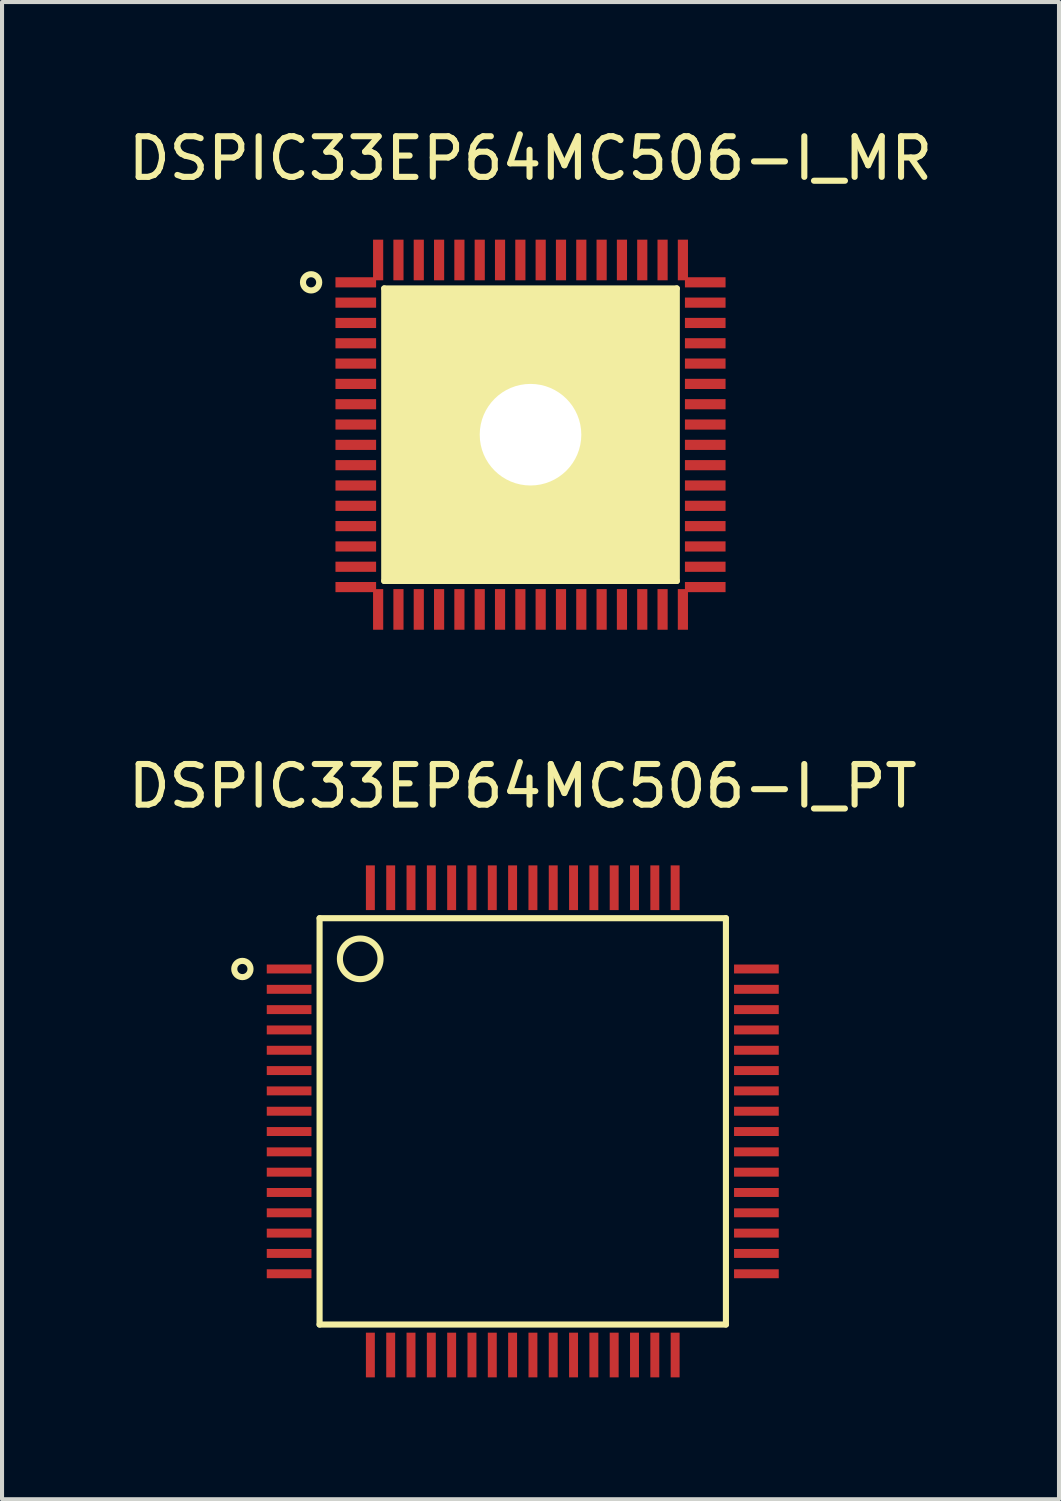
<source format=kicad_pcb>
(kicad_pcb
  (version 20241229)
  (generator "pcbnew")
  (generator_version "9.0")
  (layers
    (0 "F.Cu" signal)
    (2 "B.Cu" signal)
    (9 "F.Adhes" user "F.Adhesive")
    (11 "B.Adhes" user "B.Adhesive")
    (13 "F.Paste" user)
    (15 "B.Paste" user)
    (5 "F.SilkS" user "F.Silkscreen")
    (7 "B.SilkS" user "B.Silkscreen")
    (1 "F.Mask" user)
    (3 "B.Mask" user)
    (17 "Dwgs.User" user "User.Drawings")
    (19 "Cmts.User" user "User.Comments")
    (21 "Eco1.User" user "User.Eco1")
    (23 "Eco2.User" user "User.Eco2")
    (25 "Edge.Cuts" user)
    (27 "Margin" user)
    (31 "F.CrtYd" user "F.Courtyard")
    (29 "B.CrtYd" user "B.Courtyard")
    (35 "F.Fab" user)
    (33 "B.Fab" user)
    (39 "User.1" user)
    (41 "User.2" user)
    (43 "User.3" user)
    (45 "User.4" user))
  (footprint "DSPIC33EP64MC506-I_MR"
    (layer "F.Cu")
    (at 5.706 3.348)
    (property "Reference" "DSPIC33EP64MC506-I_MR" (at 4.3 -2.5 0) (layer "F.SilkS") (effects (font (size 1 1) (thickness 0.15))))
    (attr through_hole)
    (fp_line (start 0.7 0.7) (end 0.7 7.9) (stroke (width 0.15) (type solid)) (layer "F.SilkS"))
    (fp_line (start 0.7 0.7) (end 7.9 0.7) (stroke (width 0.15) (type solid)) (layer "F.SilkS"))
    (fp_line (start 0.7 7.9) (end 7.9 7.9) (stroke (width 0.15) (type solid)) (layer "F.SilkS"))
    (fp_line (start 7.9 7.9) (end 7.9 0.7) (stroke (width 0.15) (type solid)) (layer "F.SilkS"))
    (fp_circle (center -1.1 0.55) (end -1.1 0.35) (stroke (width 0.15) (type solid)) (fill no) (layer "F.SilkS"))
    (fp_circle (center 1.7 1.7) (end 1.7 1.2) (stroke (width 0.15) (type solid)) (fill no) (layer "F.SilkS"))
    (pad "1" smd rect (at 0 0.55) (size 1 0.25) (layers "F.Cu" "F.Mask" "F.Paste"))
    (pad "2" smd rect (at 0 1.05) (size 1 0.25) (layers "F.Cu" "F.Mask" "F.Paste"))
    (pad "3" smd rect (at 0 1.55) (size 1 0.25) (layers "F.Cu" "F.Mask" "F.Paste"))
    (pad "4" smd rect (at 0 2.05) (size 1 0.25) (layers "F.Cu" "F.Mask" "F.Paste"))
    (pad "5" smd rect (at 0 2.55) (size 1 0.25) (layers "F.Cu" "F.Mask" "F.Paste"))
    (pad "6" smd rect (at 0 3.05) (size 1 0.25) (layers "F.Cu" "F.Mask" "F.Paste"))
    (pad "7" smd rect (at 0 3.55) (size 1 0.25) (layers "F.Cu" "F.Mask" "F.Paste"))
    (pad "8" smd rect (at 0 4.05) (size 1 0.25) (layers "F.Cu" "F.Mask" "F.Paste"))
    (pad "9" smd rect (at 0 4.55) (size 1 0.25) (layers "F.Cu" "F.Mask" "F.Paste"))
    (pad "10" smd rect (at 0 5.05) (size 1 0.25) (layers "F.Cu" "F.Mask" "F.Paste"))
    (pad "11" smd rect (at 0 5.55) (size 1 0.25) (layers "F.Cu" "F.Mask" "F.Paste"))
    (pad "12" smd rect (at 0 6.05) (size 1 0.25) (layers "F.Cu" "F.Mask" "F.Paste"))
    (pad "13" smd rect (at 0 6.55) (size 1 0.25) (layers "F.Cu" "F.Mask" "F.Paste"))
    (pad "14" smd rect (at 0 7.05) (size 1 0.25) (layers "F.Cu" "F.Mask" "F.Paste"))
    (pad "15" smd rect (at 0 7.55) (size 1 0.25) (layers "F.Cu" "F.Mask" "F.Paste"))
    (pad "16" smd rect (at 0 8.05) (size 1 0.25) (layers "F.Cu" "F.Mask" "F.Paste"))
    (pad "17" smd rect (at 0.55 8.6) (size 0.25 1) (layers "F.Cu" "F.Mask" "F.Paste"))
    (pad "18" smd rect (at 1.05 8.6) (size 0.25 1) (layers "F.Cu" "F.Mask" "F.Paste"))
    (pad "19" smd rect (at 1.55 8.6) (size 0.25 1) (layers "F.Cu" "F.Mask" "F.Paste"))
    (pad "20" smd rect (at 2.05 8.6) (size 0.25 1) (layers "F.Cu" "F.Mask" "F.Paste"))
    (pad "21" smd rect (at 2.55 8.6) (size 0.25 1) (layers "F.Cu" "F.Mask" "F.Paste"))
    (pad "22" smd rect (at 3.05 8.6) (size 0.25 1) (layers "F.Cu" "F.Mask" "F.Paste"))
    (pad "23" smd rect (at 3.55 8.6) (size 0.25 1) (layers "F.Cu" "F.Mask" "F.Paste"))
    (pad "24" smd rect (at 4.05 8.6) (size 0.25 1) (layers "F.Cu" "F.Mask" "F.Paste"))
    (pad "25" smd rect (at 4.55 8.6) (size 0.25 1) (layers "F.Cu" "F.Mask" "F.Paste"))
    (pad "26" smd rect (at 5.05 8.6) (size 0.25 1) (layers "F.Cu" "F.Mask" "F.Paste"))
    (pad "27" smd rect (at 5.55 8.6) (size 0.25 1) (layers "F.Cu" "F.Mask" "F.Paste"))
    (pad "28" smd rect (at 6.05 8.6) (size 0.25 1) (layers "F.Cu" "F.Mask" "F.Paste"))
    (pad "29" smd rect (at 6.55 8.6) (size 0.25 1) (layers "F.Cu" "F.Mask" "F.Paste"))
    (pad "30" smd rect (at 7.05 8.6) (size 0.25 1) (layers "F.Cu" "F.Mask" "F.Paste"))
    (pad "31" smd rect (at 7.55 8.6) (size 0.25 1) (layers "F.Cu" "F.Mask" "F.Paste"))
    (pad "32" smd rect (at 8.05 8.6) (size 0.25 1) (layers "F.Cu" "F.Mask" "F.Paste"))
    (pad "33" smd rect (at 8.6 8.05) (size 1 0.25) (layers "F.Cu" "F.Mask" "F.Paste"))
    (pad "34" smd rect (at 8.6 7.55) (size 1 0.25) (layers "F.Cu" "F.Mask" "F.Paste"))
    (pad "35" smd rect (at 8.6 7.05) (size 1 0.25) (layers "F.Cu" "F.Mask" "F.Paste"))
    (pad "36" smd rect (at 8.6 6.55) (size 1 0.25) (layers "F.Cu" "F.Mask" "F.Paste"))
    (pad "37" smd rect (at 8.6 6.05) (size 1 0.25) (layers "F.Cu" "F.Mask" "F.Paste"))
    (pad "38" smd rect (at 8.6 5.55) (size 1 0.25) (layers "F.Cu" "F.Mask" "F.Paste"))
    (pad "39" smd rect (at 8.6 5.05) (size 1 0.25) (layers "F.Cu" "F.Mask" "F.Paste"))
    (pad "40" smd rect (at 8.6 4.55) (size 1 0.25) (layers "F.Cu" "F.Mask" "F.Paste"))
    (pad "41" smd rect (at 8.6 4.05) (size 1 0.25) (layers "F.Cu" "F.Mask" "F.Paste"))
    (pad "42" smd rect (at 8.6 3.55) (size 1 0.25) (layers "F.Cu" "F.Mask" "F.Paste"))
    (pad "43" smd rect (at 8.6 3.05) (size 1 0.25) (layers "F.Cu" "F.Mask" "F.Paste"))
    (pad "44" smd rect (at 8.6 2.55) (size 1 0.25) (layers "F.Cu" "F.Mask" "F.Paste"))
    (pad "45" smd rect (at 8.6 2.05) (size 1 0.25) (layers "F.Cu" "F.Mask" "F.Paste"))
    (pad "46" smd rect (at 8.6 1.55) (size 1 0.25) (layers "F.Cu" "F.Mask" "F.Paste"))
    (pad "47" smd rect (at 8.6 1.05) (size 1 0.25) (layers "F.Cu" "F.Mask" "F.Paste"))
    (pad "48" smd rect (at 8.6 0.55) (size 1 0.25) (layers "F.Cu" "F.Mask" "F.Paste"))
    (pad "49" smd rect (at 8.05 0) (size 0.25 1) (layers "F.Cu" "F.Mask" "F.Paste"))
    (pad "50" smd rect (at 7.55 0) (size 0.25 1) (layers "F.Cu" "F.Mask" "F.Paste"))
    (pad "51" smd rect (at 7.05 0) (size 0.25 1) (layers "F.Cu" "F.Mask" "F.Paste"))
    (pad "52" smd rect (at 6.55 0) (size 0.25 1) (layers "F.Cu" "F.Mask" "F.Paste"))
    (pad "53" smd rect (at 6.05 0) (size 0.25 1) (layers "F.Cu" "F.Mask" "F.Paste"))
    (pad "54" smd rect (at 5.55 0) (size 0.25 1) (layers "F.Cu" "F.Mask" "F.Paste"))
    (pad "55" smd rect (at 5.05 0) (size 0.25 1) (layers "F.Cu" "F.Mask" "F.Paste"))
    (pad "56" smd rect (at 4.55 0) (size 0.25 1) (layers "F.Cu" "F.Mask" "F.Paste"))
    (pad "57" smd rect (at 4.05 0) (size 0.25 1) (layers "F.Cu" "F.Mask" "F.Paste"))
    (pad "58" smd rect (at 3.55 0) (size 0.25 1) (layers "F.Cu" "F.Mask" "F.Paste"))
    (pad "59" smd rect (at 3.05 0) (size 0.25 1) (layers "F.Cu" "F.Mask" "F.Paste"))
    (pad "60" smd rect (at 2.55 0) (size 0.25 1) (layers "F.Cu" "F.Mask" "F.Paste"))
    (pad "61" smd rect (at 2.05 0) (size 0.25 1) (layers "F.Cu" "F.Mask" "F.Paste"))
    (pad "62" smd rect (at 1.55 0) (size 0.25 1) (layers "F.Cu" "F.Mask" "F.Paste"))
    (pad "63" smd rect (at 1.05 0) (size 0.25 1) (layers "F.Cu" "F.Mask" "F.Paste"))
    (pad "64" smd rect (at 0.55 0) (size 0.25 1) (layers "F.Cu" "F.Mask" "F.Paste"))
    (pad "999" thru_hole rect (at 4.3 4.3) (size 7.15 7.15) (drill 2.5) (layers "*.Cu" "*.Mask" "F.SilkS")))
  (footprint "DSPIC33EP64MC506-I_PT"
    (layer "F.Cu")
    (at 4.065 18.797)
    (property "Reference" "DSPIC33EP64MC506-I_PT" (at 5.75 -2.5 0) (layer "F.SilkS") (effects (font (size 1 1) (thickness 0.15))))
    (attr through_hole)
    (fp_line (start 0.75 0.75) (end 0.75 10.75) (stroke (width 0.15) (type solid)) (layer "F.SilkS"))
    (fp_line (start 0.75 0.75) (end 10.75 0.75) (stroke (width 0.15) (type solid)) (layer "F.SilkS"))
    (fp_line (start 0.75 10.75) (end 10.75 10.75) (stroke (width 0.15) (type solid)) (layer "F.SilkS"))
    (fp_line (start 10.75 10.75) (end 10.75 0.75) (stroke (width 0.15) (type solid)) (layer "F.SilkS"))
    (fp_circle (center -1.15 2) (end -1.15 1.8) (stroke (width 0.15) (type solid)) (fill no) (layer "F.SilkS"))
    (fp_circle (center 1.75 1.75) (end 1.75 1.25) (stroke (width 0.15) (type solid)) (fill no) (layer "F.SilkS"))
    (pad "1" smd rect (at 0 2) (size 1.1 0.22) (layers "F.Cu" "F.Mask" "F.Paste"))
    (pad "2" smd rect (at 0 2.5) (size 1.1 0.22) (layers "F.Cu" "F.Mask" "F.Paste"))
    (pad "3" smd rect (at 0 3) (size 1.1 0.22) (layers "F.Cu" "F.Mask" "F.Paste"))
    (pad "4" smd rect (at 0 3.5) (size 1.1 0.22) (layers "F.Cu" "F.Mask" "F.Paste"))
    (pad "5" smd rect (at 0 4) (size 1.1 0.22) (layers "F.Cu" "F.Mask" "F.Paste"))
    (pad "6" smd rect (at 0 4.5) (size 1.1 0.22) (layers "F.Cu" "F.Mask" "F.Paste"))
    (pad "7" smd rect (at 0 5) (size 1.1 0.22) (layers "F.Cu" "F.Mask" "F.Paste"))
    (pad "8" smd rect (at 0 5.5) (size 1.1 0.22) (layers "F.Cu" "F.Mask" "F.Paste"))
    (pad "9" smd rect (at 0 6) (size 1.1 0.22) (layers "F.Cu" "F.Mask" "F.Paste"))
    (pad "10" smd rect (at 0 6.5) (size 1.1 0.22) (layers "F.Cu" "F.Mask" "F.Paste"))
    (pad "11" smd rect (at 0 7) (size 1.1 0.22) (layers "F.Cu" "F.Mask" "F.Paste"))
    (pad "12" smd rect (at 0 7.5) (size 1.1 0.22) (layers "F.Cu" "F.Mask" "F.Paste"))
    (pad "13" smd rect (at 0 8) (size 1.1 0.22) (layers "F.Cu" "F.Mask" "F.Paste"))
    (pad "14" smd rect (at 0 8.5) (size 1.1 0.22) (layers "F.Cu" "F.Mask" "F.Paste"))
    (pad "15" smd rect (at 0 9) (size 1.1 0.22) (layers "F.Cu" "F.Mask" "F.Paste"))
    (pad "16" smd rect (at 0 9.5) (size 1.1 0.22) (layers "F.Cu" "F.Mask" "F.Paste"))
    (pad "17" smd rect (at 2 11.5) (size 0.22 1.1) (layers "F.Cu" "F.Mask" "F.Paste"))
    (pad "18" smd rect (at 2.5 11.5) (size 0.22 1.1) (layers "F.Cu" "F.Mask" "F.Paste"))
    (pad "19" smd rect (at 3 11.5) (size 0.22 1.1) (layers "F.Cu" "F.Mask" "F.Paste"))
    (pad "20" smd rect (at 3.5 11.5) (size 0.22 1.1) (layers "F.Cu" "F.Mask" "F.Paste"))
    (pad "21" smd rect (at 4 11.5) (size 0.22 1.1) (layers "F.Cu" "F.Mask" "F.Paste"))
    (pad "22" smd rect (at 4.5 11.5) (size 0.22 1.1) (layers "F.Cu" "F.Mask" "F.Paste"))
    (pad "23" smd rect (at 5 11.5) (size 0.22 1.1) (layers "F.Cu" "F.Mask" "F.Paste"))
    (pad "24" smd rect (at 5.5 11.5) (size 0.22 1.1) (layers "F.Cu" "F.Mask" "F.Paste"))
    (pad "25" smd rect (at 6 11.5) (size 0.22 1.1) (layers "F.Cu" "F.Mask" "F.Paste"))
    (pad "26" smd rect (at 6.5 11.5) (size 0.22 1.1) (layers "F.Cu" "F.Mask" "F.Paste"))
    (pad "27" smd rect (at 7 11.5) (size 0.22 1.1) (layers "F.Cu" "F.Mask" "F.Paste"))
    (pad "28" smd rect (at 7.5 11.5) (size 0.22 1.1) (layers "F.Cu" "F.Mask" "F.Paste"))
    (pad "29" smd rect (at 8 11.5) (size 0.22 1.1) (layers "F.Cu" "F.Mask" "F.Paste"))
    (pad "30" smd rect (at 8.5 11.5) (size 0.22 1.1) (layers "F.Cu" "F.Mask" "F.Paste"))
    (pad "31" smd rect (at 9 11.5) (size 0.22 1.1) (layers "F.Cu" "F.Mask" "F.Paste"))
    (pad "32" smd rect (at 9.5 11.5) (size 0.22 1.1) (layers "F.Cu" "F.Mask" "F.Paste"))
    (pad "33" smd rect (at 11.5 9.5) (size 1.1 0.22) (layers "F.Cu" "F.Mask" "F.Paste"))
    (pad "34" smd rect (at 11.5 9) (size 1.1 0.22) (layers "F.Cu" "F.Mask" "F.Paste"))
    (pad "35" smd rect (at 11.5 8.5) (size 1.1 0.22) (layers "F.Cu" "F.Mask" "F.Paste"))
    (pad "36" smd rect (at 11.5 8) (size 1.1 0.22) (layers "F.Cu" "F.Mask" "F.Paste"))
    (pad "37" smd rect (at 11.5 7.5) (size 1.1 0.22) (layers "F.Cu" "F.Mask" "F.Paste"))
    (pad "38" smd rect (at 11.5 7) (size 1.1 0.22) (layers "F.Cu" "F.Mask" "F.Paste"))
    (pad "39" smd rect (at 11.5 6.5) (size 1.1 0.22) (layers "F.Cu" "F.Mask" "F.Paste"))
    (pad "40" smd rect (at 11.5 6) (size 1.1 0.22) (layers "F.Cu" "F.Mask" "F.Paste"))
    (pad "41" smd rect (at 11.5 5.5) (size 1.1 0.22) (layers "F.Cu" "F.Mask" "F.Paste"))
    (pad "42" smd rect (at 11.5 5) (size 1.1 0.22) (layers "F.Cu" "F.Mask" "F.Paste"))
    (pad "43" smd rect (at 11.5 4.5) (size 1.1 0.22) (layers "F.Cu" "F.Mask" "F.Paste"))
    (pad "44" smd rect (at 11.5 4) (size 1.1 0.22) (layers "F.Cu" "F.Mask" "F.Paste"))
    (pad "45" smd rect (at 11.5 3.5) (size 1.1 0.22) (layers "F.Cu" "F.Mask" "F.Paste"))
    (pad "46" smd rect (at 11.5 3) (size 1.1 0.22) (layers "F.Cu" "F.Mask" "F.Paste"))
    (pad "47" smd rect (at 11.5 2.5) (size 1.1 0.22) (layers "F.Cu" "F.Mask" "F.Paste"))
    (pad "48" smd rect (at 11.5 2) (size 1.1 0.22) (layers "F.Cu" "F.Mask" "F.Paste"))
    (pad "49" smd rect (at 9.5 0) (size 0.22 1.1) (layers "F.Cu" "F.Mask" "F.Paste"))
    (pad "50" smd rect (at 9 0) (size 0.22 1.1) (layers "F.Cu" "F.Mask" "F.Paste"))
    (pad "51" smd rect (at 8.5 0) (size 0.22 1.1) (layers "F.Cu" "F.Mask" "F.Paste"))
    (pad "52" smd rect (at 8 0) (size 0.22 1.1) (layers "F.Cu" "F.Mask" "F.Paste"))
    (pad "53" smd rect (at 7.5 0) (size 0.22 1.1) (layers "F.Cu" "F.Mask" "F.Paste"))
    (pad "54" smd rect (at 7 0) (size 0.22 1.1) (layers "F.Cu" "F.Mask" "F.Paste"))
    (pad "55" smd rect (at 6.5 0) (size 0.22 1.1) (layers "F.Cu" "F.Mask" "F.Paste"))
    (pad "56" smd rect (at 6 0) (size 0.22 1.1) (layers "F.Cu" "F.Mask" "F.Paste"))
    (pad "57" smd rect (at 5.5 0) (size 0.22 1.1) (layers "F.Cu" "F.Mask" "F.Paste"))
    (pad "58" smd rect (at 5 0) (size 0.22 1.1) (layers "F.Cu" "F.Mask" "F.Paste"))
    (pad "59" smd rect (at 4.5 0) (size 0.22 1.1) (layers "F.Cu" "F.Mask" "F.Paste"))
    (pad "60" smd rect (at 4 0) (size 0.22 1.1) (layers "F.Cu" "F.Mask" "F.Paste"))
    (pad "61" smd rect (at 3.5 0) (size 0.22 1.1) (layers "F.Cu" "F.Mask" "F.Paste"))
    (pad "62" smd rect (at 3 0) (size 0.22 1.1) (layers "F.Cu" "F.Mask" "F.Paste"))
    (pad "63" smd rect (at 2.5 0) (size 0.22 1.1) (layers "F.Cu" "F.Mask" "F.Paste"))
    (pad "64" smd rect (at 2 0) (size 0.22 1.1) (layers "F.Cu" "F.Mask" "F.Paste")))
  (gr_rect
    (start -3 -3)
    (end 23.012 33.846)
    (stroke (width 0.1) (type default))
    (fill no)
    (layer "Edge.Cuts")))
</source>
